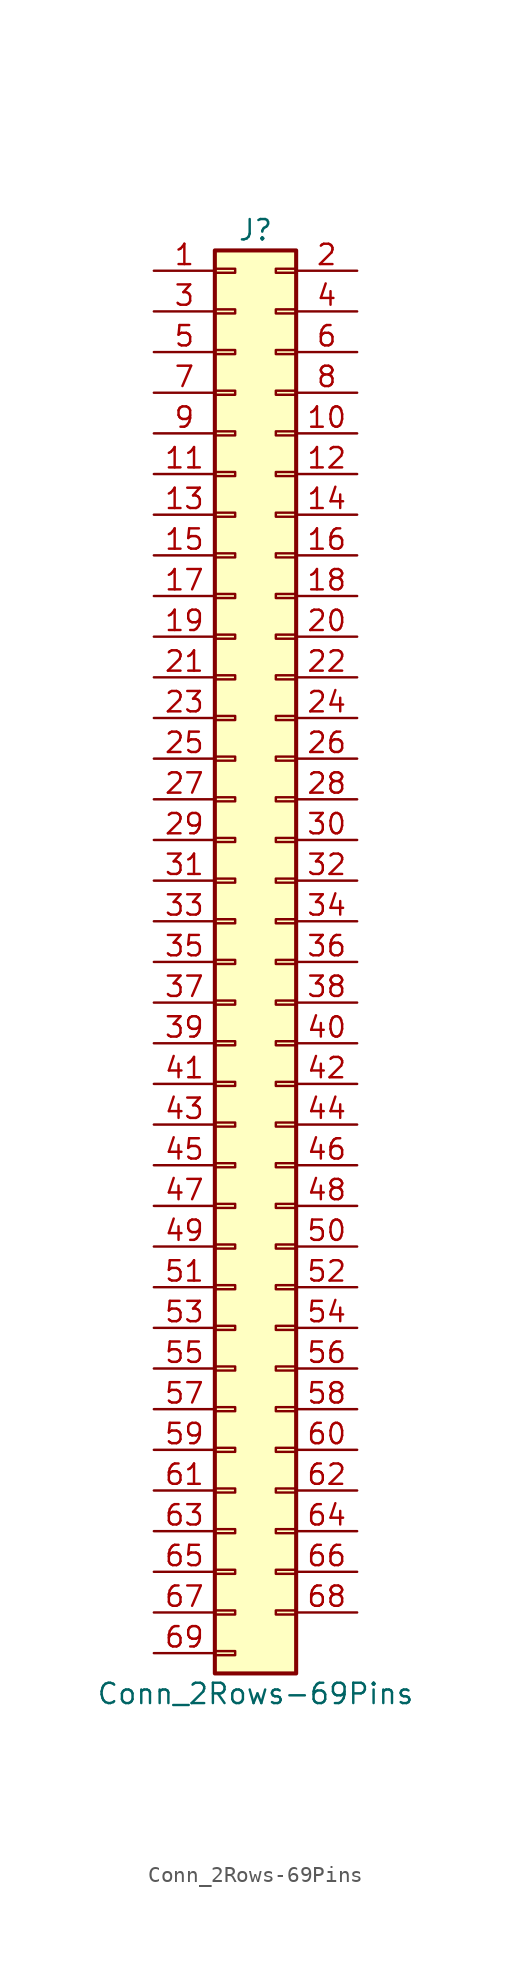
<source format=kicad_sym>
(kicad_symbol_lib
  (version 20220914)
  (generator kicad_symbol_editor)
  (symbol "Conn_2Rows-69Pins"
    (pin_names
      (offset 1.016) hide)
    (property "Reference" "J"
      (at 1.27 45.72 0)
      (effects (font (size 1.27 1.27))))
    (property "Value" "Conn_2Rows-69Pins"
      (at 1.27 -45.72 0)
      (effects (font (size 1.27 1.27))))
    (symbol "Conn_2Rows-69Pins_1_1"
      (rectangle (start -1.27 -43.053) (end 0 -43.307) (stroke (width 0.152) (type default)) (fill (type none)))
      (rectangle (start -1.27 -40.513) (end 0 -40.767) (stroke (width 0.152) (type default)) (fill (type none)))
      (rectangle (start -1.27 -37.973) (end 0 -38.227) (stroke (width 0.152) (type default)) (fill (type none)))
      (rectangle (start -1.27 -35.433) (end 0 -35.687) (stroke (width 0.152) (type default)) (fill (type none)))
      (rectangle (start -1.27 -32.893) (end 0 -33.147) (stroke (width 0.152) (type default)) (fill (type none)))
      (rectangle (start -1.27 -30.353) (end 0 -30.607) (stroke (width 0.152) (type default)) (fill (type none)))
      (rectangle (start -1.27 -27.813) (end 0 -28.067) (stroke (width 0.152) (type default)) (fill (type none)))
      (rectangle (start -1.27 -25.273) (end 0 -25.527) (stroke (width 0.152) (type default)) (fill (type none)))
      (rectangle (start -1.27 -22.733) (end 0 -22.987) (stroke (width 0.152) (type default)) (fill (type none)))
      (rectangle (start -1.27 -20.193) (end 0 -20.447) (stroke (width 0.152) (type default)) (fill (type none)))
      (rectangle (start -1.27 -17.653) (end 0 -17.907) (stroke (width 0.152) (type default)) (fill (type none)))
      (rectangle (start -1.27 -15.113) (end 0 -15.367) (stroke (width 0.152) (type default)) (fill (type none)))
      (rectangle (start -1.27 -12.573) (end 0 -12.827) (stroke (width 0.152) (type default)) (fill (type none)))
      (rectangle (start -1.27 -10.033) (end 0 -10.287) (stroke (width 0.152) (type default)) (fill (type none)))
      (rectangle (start -1.27 -7.493) (end 0 -7.747) (stroke (width 0.152) (type default)) (fill (type none)))
      (rectangle (start -1.27 -4.953) (end 0 -5.207) (stroke (width 0.152) (type default)) (fill (type none)))
      (rectangle (start -1.27 -2.413) (end 0 -2.667) (stroke (width 0.152) (type default)) (fill (type none)))
      (rectangle (start -1.27 0.127) (end 0 -0.127) (stroke (width 0.152) (type default)) (fill (type none)))
      (rectangle (start -1.27 2.667) (end 0 2.413) (stroke (width 0.152) (type default)) (fill (type none)))
      (rectangle (start -1.27 5.207) (end 0 4.953) (stroke (width 0.152) (type default)) (fill (type none)))
      (rectangle (start -1.27 7.747) (end 0 7.493) (stroke (width 0.152) (type default)) (fill (type none)))
      (rectangle (start -1.27 10.287) (end 0 10.033) (stroke (width 0.152) (type default)) (fill (type none)))
      (rectangle (start -1.27 12.827) (end 0 12.573) (stroke (width 0.152) (type default)) (fill (type none)))
      (rectangle (start -1.27 15.367) (end 0 15.113) (stroke (width 0.152) (type default)) (fill (type none)))
      (rectangle (start -1.27 17.907) (end 0 17.653) (stroke (width 0.152) (type default)) (fill (type none)))
      (rectangle (start -1.27 20.447) (end 0 20.193) (stroke (width 0.152) (type default)) (fill (type none)))
      (rectangle (start -1.27 22.987) (end 0 22.733) (stroke (width 0.152) (type default)) (fill (type none)))
      (rectangle (start -1.27 25.527) (end 0 25.273) (stroke (width 0.152) (type default)) (fill (type none)))
      (rectangle (start -1.27 28.067) (end 0 27.813) (stroke (width 0.152) (type default)) (fill (type none)))
      (rectangle (start -1.27 30.607) (end 0 30.353) (stroke (width 0.152) (type default)) (fill (type none)))
      (rectangle (start -1.27 33.147) (end 0 32.893) (stroke (width 0.152) (type default)) (fill (type none)))
      (rectangle (start -1.27 35.687) (end 0 35.433) (stroke (width 0.152) (type default)) (fill (type none)))
      (rectangle (start -1.27 38.227) (end 0 37.973) (stroke (width 0.152) (type default)) (fill (type none)))
      (rectangle (start -1.27 40.767) (end 0 40.513) (stroke (width 0.152) (type default)) (fill (type none)))
      (rectangle (start -1.27 43.307) (end 0 43.053) (stroke (width 0.152) (type default)) (fill (type none)))
      (rectangle (start -1.27 44.45) (end 3.81 -44.45) (stroke (width 0.254) (type default)) (fill (type background)))
      (rectangle (start 3.81 -40.513) (end 2.54 -40.767) (stroke (width 0.152) (type default)) (fill (type none)))
      (rectangle (start 3.81 -37.973) (end 2.54 -38.227) (stroke (width 0.152) (type default)) (fill (type none)))
      (rectangle (start 3.81 -35.433) (end 2.54 -35.687) (stroke (width 0.152) (type default)) (fill (type none)))
      (rectangle (start 3.81 -32.893) (end 2.54 -33.147) (stroke (width 0.152) (type default)) (fill (type none)))
      (rectangle (start 3.81 -30.353) (end 2.54 -30.607) (stroke (width 0.152) (type default)) (fill (type none)))
      (rectangle (start 3.81 -27.813) (end 2.54 -28.067) (stroke (width 0.152) (type default)) (fill (type none)))
      (rectangle (start 3.81 -25.273) (end 2.54 -25.527) (stroke (width 0.152) (type default)) (fill (type none)))
      (rectangle (start 3.81 -22.733) (end 2.54 -22.987) (stroke (width 0.152) (type default)) (fill (type none)))
      (rectangle (start 3.81 -20.193) (end 2.54 -20.447) (stroke (width 0.152) (type default)) (fill (type none)))
      (rectangle (start 3.81 -17.653) (end 2.54 -17.907) (stroke (width 0.152) (type default)) (fill (type none)))
      (rectangle (start 3.81 -15.113) (end 2.54 -15.367) (stroke (width 0.152) (type default)) (fill (type none)))
      (rectangle (start 3.81 -12.573) (end 2.54 -12.827) (stroke (width 0.152) (type default)) (fill (type none)))
      (rectangle (start 3.81 -10.033) (end 2.54 -10.287) (stroke (width 0.152) (type default)) (fill (type none)))
      (rectangle (start 3.81 -7.493) (end 2.54 -7.747) (stroke (width 0.152) (type default)) (fill (type none)))
      (rectangle (start 3.81 -4.953) (end 2.54 -5.207) (stroke (width 0.152) (type default)) (fill (type none)))
      (rectangle (start 3.81 -2.413) (end 2.54 -2.667) (stroke (width 0.152) (type default)) (fill (type none)))
      (rectangle (start 3.81 0.127) (end 2.54 -0.127) (stroke (width 0.152) (type default)) (fill (type none)))
      (rectangle (start 3.81 2.667) (end 2.54 2.413) (stroke (width 0.152) (type default)) (fill (type none)))
      (rectangle (start 3.81 5.207) (end 2.54 4.953) (stroke (width 0.152) (type default)) (fill (type none)))
      (rectangle (start 3.81 7.747) (end 2.54 7.493) (stroke (width 0.152) (type default)) (fill (type none)))
      (rectangle (start 3.81 10.287) (end 2.54 10.033) (stroke (width 0.152) (type default)) (fill (type none)))
      (rectangle (start 3.81 12.827) (end 2.54 12.573) (stroke (width 0.152) (type default)) (fill (type none)))
      (rectangle (start 3.81 15.367) (end 2.54 15.113) (stroke (width 0.152) (type default)) (fill (type none)))
      (rectangle (start 3.81 17.907) (end 2.54 17.653) (stroke (width 0.152) (type default)) (fill (type none)))
      (rectangle (start 3.81 20.447) (end 2.54 20.193) (stroke (width 0.152) (type default)) (fill (type none)))
      (rectangle (start 3.81 22.987) (end 2.54 22.733) (stroke (width 0.152) (type default)) (fill (type none)))
      (rectangle (start 3.81 25.527) (end 2.54 25.273) (stroke (width 0.152) (type default)) (fill (type none)))
      (rectangle (start 3.81 28.067) (end 2.54 27.813) (stroke (width 0.152) (type default)) (fill (type none)))
      (rectangle (start 3.81 30.607) (end 2.54 30.353) (stroke (width 0.152) (type default)) (fill (type none)))
      (rectangle (start 3.81 33.147) (end 2.54 32.893) (stroke (width 0.152) (type default)) (fill (type none)))
      (rectangle (start 3.81 35.687) (end 2.54 35.433) (stroke (width 0.152) (type default)) (fill (type none)))
      (rectangle (start 3.81 38.227) (end 2.54 37.973) (stroke (width 0.152) (type default)) (fill (type none)))
      (rectangle (start 3.81 40.767) (end 2.54 40.513) (stroke (width 0.152) (type default)) (fill (type none)))
      (rectangle (start 3.81 43.307) (end 2.54 43.053) (stroke (width 0.152) (type default)) (fill (type none)))
      (pin passive line (at -5.08 43.18 0) (length 3.81) (name "Pin_1" (effects (font (size 1.27 1.27)))) (number "1" (effects (font (size 1.27 1.27)))))
      (pin passive line (at 7.62 33.02 180) (length 3.81) (name "Pin_10" (effects (font (size 1.27 1.27)))) (number "10" (effects (font (size 1.27 1.27)))))
      (pin passive line (at -5.08 30.48 0) (length 3.81) (name "Pin_11" (effects (font (size 1.27 1.27)))) (number "11" (effects (font (size 1.27 1.27)))))
      (pin passive line (at 7.62 30.48 180) (length 3.81) (name "Pin_12" (effects (font (size 1.27 1.27)))) (number "12" (effects (font (size 1.27 1.27)))))
      (pin passive line (at -5.08 27.94 0) (length 3.81) (name "Pin_13" (effects (font (size 1.27 1.27)))) (number "13" (effects (font (size 1.27 1.27)))))
      (pin passive line (at 7.62 27.94 180) (length 3.81) (name "Pin_14" (effects (font (size 1.27 1.27)))) (number "14" (effects (font (size 1.27 1.27)))))
      (pin passive line (at -5.08 25.4 0) (length 3.81) (name "Pin_15" (effects (font (size 1.27 1.27)))) (number "15" (effects (font (size 1.27 1.27)))))
      (pin passive line (at 7.62 25.4 180) (length 3.81) (name "Pin_16" (effects (font (size 1.27 1.27)))) (number "16" (effects (font (size 1.27 1.27)))))
      (pin passive line (at -5.08 22.86 0) (length 3.81) (name "Pin_17" (effects (font (size 1.27 1.27)))) (number "17" (effects (font (size 1.27 1.27)))))
      (pin passive line (at 7.62 22.86 180) (length 3.81) (name "Pin_18" (effects (font (size 1.27 1.27)))) (number "18" (effects (font (size 1.27 1.27)))))
      (pin passive line (at -5.08 20.32 0) (length 3.81) (name "Pin_19" (effects (font (size 1.27 1.27)))) (number "19" (effects (font (size 1.27 1.27)))))
      (pin passive line (at 7.62 43.18 180) (length 3.81) (name "Pin_2" (effects (font (size 1.27 1.27)))) (number "2" (effects (font (size 1.27 1.27)))))
      (pin passive line (at 7.62 20.32 180) (length 3.81) (name "Pin_20" (effects (font (size 1.27 1.27)))) (number "20" (effects (font (size 1.27 1.27)))))
      (pin passive line (at -5.08 17.78 0) (length 3.81) (name "Pin_21" (effects (font (size 1.27 1.27)))) (number "21" (effects (font (size 1.27 1.27)))))
      (pin passive line (at 7.62 17.78 180) (length 3.81) (name "Pin_22" (effects (font (size 1.27 1.27)))) (number "22" (effects (font (size 1.27 1.27)))))
      (pin passive line (at -5.08 15.24 0) (length 3.81) (name "Pin_23" (effects (font (size 1.27 1.27)))) (number "23" (effects (font (size 1.27 1.27)))))
      (pin passive line (at 7.62 15.24 180) (length 3.81) (name "Pin_24" (effects (font (size 1.27 1.27)))) (number "24" (effects (font (size 1.27 1.27)))))
      (pin passive line (at -5.08 12.7 0) (length 3.81) (name "Pin_25" (effects (font (size 1.27 1.27)))) (number "25" (effects (font (size 1.27 1.27)))))
      (pin passive line (at 7.62 12.7 180) (length 3.81) (name "Pin_26" (effects (font (size 1.27 1.27)))) (number "26" (effects (font (size 1.27 1.27)))))
      (pin passive line (at -5.08 10.16 0) (length 3.81) (name "Pin_27" (effects (font (size 1.27 1.27)))) (number "27" (effects (font (size 1.27 1.27)))))
      (pin passive line (at 7.62 10.16 180) (length 3.81) (name "Pin_28" (effects (font (size 1.27 1.27)))) (number "28" (effects (font (size 1.27 1.27)))))
      (pin passive line (at -5.08 7.62 0) (length 3.81) (name "Pin_29" (effects (font (size 1.27 1.27)))) (number "29" (effects (font (size 1.27 1.27)))))
      (pin passive line (at -5.08 40.64 0) (length 3.81) (name "Pin_3" (effects (font (size 1.27 1.27)))) (number "3" (effects (font (size 1.27 1.27)))))
      (pin passive line (at 7.62 7.62 180) (length 3.81) (name "Pin_30" (effects (font (size 1.27 1.27)))) (number "30" (effects (font (size 1.27 1.27)))))
      (pin passive line (at -5.08 5.08 0) (length 3.81) (name "Pin_31" (effects (font (size 1.27 1.27)))) (number "31" (effects (font (size 1.27 1.27)))))
      (pin passive line (at 7.62 5.08 180) (length 3.81) (name "Pin_32" (effects (font (size 1.27 1.27)))) (number "32" (effects (font (size 1.27 1.27)))))
      (pin passive line (at -5.08 2.54 0) (length 3.81) (name "Pin_33" (effects (font (size 1.27 1.27)))) (number "33" (effects (font (size 1.27 1.27)))))
      (pin passive line (at 7.62 2.54 180) (length 3.81) (name "Pin_34" (effects (font (size 1.27 1.27)))) (number "34" (effects (font (size 1.27 1.27)))))
      (pin passive line (at -5.08 0 0) (length 3.81) (name "Pin_35" (effects (font (size 1.27 1.27)))) (number "35" (effects (font (size 1.27 1.27)))))
      (pin passive line (at 7.62 0 180) (length 3.81) (name "Pin_36" (effects (font (size 1.27 1.27)))) (number "36" (effects (font (size 1.27 1.27)))))
      (pin passive line (at -5.08 -2.54 0) (length 3.81) (name "Pin_37" (effects (font (size 1.27 1.27)))) (number "37" (effects (font (size 1.27 1.27)))))
      (pin passive line (at 7.62 -2.54 180) (length 3.81) (name "Pin_38" (effects (font (size 1.27 1.27)))) (number "38" (effects (font (size 1.27 1.27)))))
      (pin passive line (at -5.08 -5.08 0) (length 3.81) (name "Pin_39" (effects (font (size 1.27 1.27)))) (number "39" (effects (font (size 1.27 1.27)))))
      (pin passive line (at 7.62 40.64 180) (length 3.81) (name "Pin_4" (effects (font (size 1.27 1.27)))) (number "4" (effects (font (size 1.27 1.27)))))
      (pin passive line (at 7.62 -5.08 180) (length 3.81) (name "Pin_40" (effects (font (size 1.27 1.27)))) (number "40" (effects (font (size 1.27 1.27)))))
      (pin passive line (at -5.08 -7.62 0) (length 3.81) (name "Pin_41" (effects (font (size 1.27 1.27)))) (number "41" (effects (font (size 1.27 1.27)))))
      (pin passive line (at 7.62 -7.62 180) (length 3.81) (name "Pin_42" (effects (font (size 1.27 1.27)))) (number "42" (effects (font (size 1.27 1.27)))))
      (pin passive line (at -5.08 -10.16 0) (length 3.81) (name "Pin_43" (effects (font (size 1.27 1.27)))) (number "43" (effects (font (size 1.27 1.27)))))
      (pin passive line (at 7.62 -10.16 180) (length 3.81) (name "Pin_44" (effects (font (size 1.27 1.27)))) (number "44" (effects (font (size 1.27 1.27)))))
      (pin passive line (at -5.08 -12.7 0) (length 3.81) (name "Pin_45" (effects (font (size 1.27 1.27)))) (number "45" (effects (font (size 1.27 1.27)))))
      (pin passive line (at 7.62 -12.7 180) (length 3.81) (name "Pin_46" (effects (font (size 1.27 1.27)))) (number "46" (effects (font (size 1.27 1.27)))))
      (pin passive line (at -5.08 -15.24 0) (length 3.81) (name "Pin_47" (effects (font (size 1.27 1.27)))) (number "47" (effects (font (size 1.27 1.27)))))
      (pin passive line (at 7.62 -15.24 180) (length 3.81) (name "Pin_48" (effects (font (size 1.27 1.27)))) (number "48" (effects (font (size 1.27 1.27)))))
      (pin passive line (at -5.08 -17.78 0) (length 3.81) (name "Pin_49" (effects (font (size 1.27 1.27)))) (number "49" (effects (font (size 1.27 1.27)))))
      (pin passive line (at -5.08 38.1 0) (length 3.81) (name "Pin_5" (effects (font (size 1.27 1.27)))) (number "5" (effects (font (size 1.27 1.27)))))
      (pin passive line (at 7.62 -17.78 180) (length 3.81) (name "Pin_50" (effects (font (size 1.27 1.27)))) (number "50" (effects (font (size 1.27 1.27)))))
      (pin passive line (at -5.08 -20.32 0) (length 3.81) (name "Pin_51" (effects (font (size 1.27 1.27)))) (number "51" (effects (font (size 1.27 1.27)))))
      (pin passive line (at 7.62 -20.32 180) (length 3.81) (name "Pin_52" (effects (font (size 1.27 1.27)))) (number "52" (effects (font (size 1.27 1.27)))))
      (pin passive line (at -5.08 -22.86 0) (length 3.81) (name "Pin_53" (effects (font (size 1.27 1.27)))) (number "53" (effects (font (size 1.27 1.27)))))
      (pin passive line (at 7.62 -22.86 180) (length 3.81) (name "Pin_54" (effects (font (size 1.27 1.27)))) (number "54" (effects (font (size 1.27 1.27)))))
      (pin passive line (at -5.08 -25.4 0) (length 3.81) (name "Pin_55" (effects (font (size 1.27 1.27)))) (number "55" (effects (font (size 1.27 1.27)))))
      (pin passive line (at 7.62 -25.4 180) (length 3.81) (name "Pin_56" (effects (font (size 1.27 1.27)))) (number "56" (effects (font (size 1.27 1.27)))))
      (pin passive line (at -5.08 -27.94 0) (length 3.81) (name "Pin_57" (effects (font (size 1.27 1.27)))) (number "57" (effects (font (size 1.27 1.27)))))
      (pin passive line (at 7.62 -27.94 180) (length 3.81) (name "Pin_58" (effects (font (size 1.27 1.27)))) (number "58" (effects (font (size 1.27 1.27)))))
      (pin passive line (at -5.08 -30.48 0) (length 3.81) (name "Pin_59" (effects (font (size 1.27 1.27)))) (number "59" (effects (font (size 1.27 1.27)))))
      (pin passive line (at 7.62 38.1 180) (length 3.81) (name "Pin_6" (effects (font (size 1.27 1.27)))) (number "6" (effects (font (size 1.27 1.27)))))
      (pin passive line (at 7.62 -30.48 180) (length 3.81) (name "Pin_60" (effects (font (size 1.27 1.27)))) (number "60" (effects (font (size 1.27 1.27)))))
      (pin passive line (at -5.08 -33.02 0) (length 3.81) (name "Pin_61" (effects (font (size 1.27 1.27)))) (number "61" (effects (font (size 1.27 1.27)))))
      (pin passive line (at 7.62 -33.02 180) (length 3.81) (name "Pin_62" (effects (font (size 1.27 1.27)))) (number "62" (effects (font (size 1.27 1.27)))))
      (pin passive line (at -5.08 -35.56 0) (length 3.81) (name "Pin_63" (effects (font (size 1.27 1.27)))) (number "63" (effects (font (size 1.27 1.27)))))
      (pin passive line (at 7.62 -35.56 180) (length 3.81) (name "Pin_64" (effects (font (size 1.27 1.27)))) (number "64" (effects (font (size 1.27 1.27)))))
      (pin passive line (at -5.08 -38.1 0) (length 3.81) (name "Pin_65" (effects (font (size 1.27 1.27)))) (number "65" (effects (font (size 1.27 1.27)))))
      (pin passive line (at 7.62 -38.1 180) (length 3.81) (name "Pin_66" (effects (font (size 1.27 1.27)))) (number "66" (effects (font (size 1.27 1.27)))))
      (pin passive line (at -5.08 -40.64 0) (length 3.81) (name "Pin_67" (effects (font (size 1.27 1.27)))) (number "67" (effects (font (size 1.27 1.27)))))
      (pin passive line (at 7.62 -40.64 180) (length 3.81) (name "Pin_68" (effects (font (size 1.27 1.27)))) (number "68" (effects (font (size 1.27 1.27)))))
      (pin passive line (at -5.08 -43.18 0) (length 3.81) (name "Pin_69" (effects (font (size 1.27 1.27)))) (number "69" (effects (font (size 1.27 1.27)))))
      (pin passive line (at -5.08 35.56 0) (length 3.81) (name "Pin_7" (effects (font (size 1.27 1.27)))) (number "7" (effects (font (size 1.27 1.27)))))
      (pin passive line (at 7.62 35.56 180) (length 3.81) (name "Pin_8" (effects (font (size 1.27 1.27)))) (number "8" (effects (font (size 1.27 1.27)))))
      (pin passive line (at -5.08 33.02 0) (length 3.81) (name "Pin_9" (effects (font (size 1.27 1.27)))) (number "9" (effects (font (size 1.27 1.27))))))))
</source>
